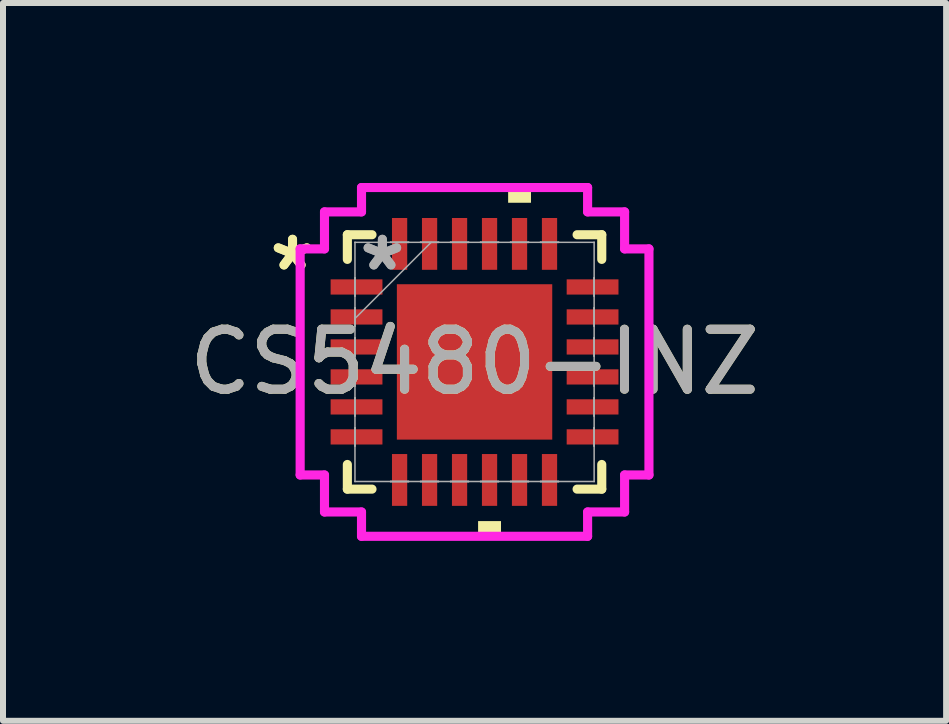
<source format=kicad_pcb>
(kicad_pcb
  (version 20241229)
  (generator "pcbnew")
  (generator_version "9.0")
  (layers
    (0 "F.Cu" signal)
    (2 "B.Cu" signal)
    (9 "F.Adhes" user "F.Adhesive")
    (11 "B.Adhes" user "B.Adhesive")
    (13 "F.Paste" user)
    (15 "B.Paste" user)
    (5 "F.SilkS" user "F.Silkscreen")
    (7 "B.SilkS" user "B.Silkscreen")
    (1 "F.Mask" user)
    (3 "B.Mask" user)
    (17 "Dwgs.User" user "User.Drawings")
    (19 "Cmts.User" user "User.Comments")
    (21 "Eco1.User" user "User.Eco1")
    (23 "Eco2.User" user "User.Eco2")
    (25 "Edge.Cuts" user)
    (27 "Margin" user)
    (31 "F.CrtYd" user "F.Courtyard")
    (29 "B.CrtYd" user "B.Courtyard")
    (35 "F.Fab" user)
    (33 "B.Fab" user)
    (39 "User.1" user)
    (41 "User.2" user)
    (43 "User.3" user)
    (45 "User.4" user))
  (footprint "CS5480-INZ"
    (layer "F.Cu")
    (at 4.863 2.985)
    (property "Reference" "CS5480-INZ" (at 0 0 0) (unlocked yes) (layer "F.SilkS") (effects (font (size 1 1) (thickness 0.15))))
    (attr smd)
    (fp_line (start -2.121 -2.121) (end -2.121 -1.71) (stroke (width 0.152) (type solid)) (layer "F.SilkS"))
    (fp_line (start -2.121 1.71) (end -2.121 2.121) (stroke (width 0.152) (type solid)) (layer "F.SilkS"))
    (fp_line (start -2.121 2.121) (end -1.71 2.121) (stroke (width 0.152) (type solid)) (layer "F.SilkS"))
    (fp_line (start -1.71 -2.121) (end -2.121 -2.121) (stroke (width 0.152) (type solid)) (layer "F.SilkS"))
    (fp_line (start 1.71 2.121) (end 2.121 2.121) (stroke (width 0.152) (type solid)) (layer "F.SilkS"))
    (fp_line (start 2.121 -2.121) (end 1.71 -2.121) (stroke (width 0.152) (type solid)) (layer "F.SilkS"))
    (fp_line (start 2.121 -1.71) (end 2.121 -2.121) (stroke (width 0.152) (type solid)) (layer "F.SilkS"))
    (fp_line (start 2.121 2.121) (end 2.121 1.71) (stroke (width 0.152) (type solid)) (layer "F.SilkS"))
    (fp_poly (pts (xy 0.059 2.654) (xy 0.059 2.908) (xy 0.441 2.908) (xy 0.441 2.654)) (stroke (width 0) (type solid)) (fill yes) (layer "F.SilkS"))
    (fp_poly (pts (xy 0.56 -2.654) (xy 0.56 -2.908) (xy 0.941 -2.908) (xy 0.941 -2.654)) (stroke (width 0) (type solid)) (fill yes) (layer "F.SilkS"))
    (fp_poly (pts (xy -1.195 -1.195) (xy -1.195 -0.1) (xy -0.1 -0.1) (xy -0.1 -1.195)) (stroke (width 0) (type solid)) (fill yes) (layer "F.Paste"))
    (fp_poly (pts (xy -1.195 0.1) (xy -1.195 1.195) (xy -0.1 1.195) (xy -0.1 0.1)) (stroke (width 0) (type solid)) (fill yes) (layer "F.Paste"))
    (fp_poly (pts (xy 0.1 -1.195) (xy 0.1 -0.1) (xy 1.195 -0.1) (xy 1.195 -1.195)) (stroke (width 0) (type solid)) (fill yes) (layer "F.Paste"))
    (fp_poly (pts (xy 0.1 0.1) (xy 0.1 1.195) (xy 1.195 1.195) (xy 1.195 0.1)) (stroke (width 0) (type solid)) (fill yes) (layer "F.Paste"))
    (fp_line (start -2.908 -1.885) (end -2.502 -1.885) (stroke (width 0.152) (type solid)) (layer "F.CrtYd"))
    (fp_line (start -2.908 1.885) (end -2.908 -1.885) (stroke (width 0.152) (type solid)) (layer "F.CrtYd"))
    (fp_line (start -2.502 -2.502) (end -1.885 -2.502) (stroke (width 0.152) (type solid)) (layer "F.CrtYd"))
    (fp_line (start -2.502 -1.885) (end -2.502 -2.502) (stroke (width 0.152) (type solid)) (layer "F.CrtYd"))
    (fp_line (start -2.502 1.885) (end -2.908 1.885) (stroke (width 0.152) (type solid)) (layer "F.CrtYd"))
    (fp_line (start -2.502 2.502) (end -2.502 1.885) (stroke (width 0.152) (type solid)) (layer "F.CrtYd"))
    (fp_line (start -1.885 -2.908) (end 1.885 -2.908) (stroke (width 0.152) (type solid)) (layer "F.CrtYd"))
    (fp_line (start -1.885 -2.502) (end -1.885 -2.908) (stroke (width 0.152) (type solid)) (layer "F.CrtYd"))
    (fp_line (start -1.885 2.502) (end -2.502 2.502) (stroke (width 0.152) (type solid)) (layer "F.CrtYd"))
    (fp_line (start -1.885 2.908) (end -1.885 2.502) (stroke (width 0.152) (type solid)) (layer "F.CrtYd"))
    (fp_line (start 1.885 -2.908) (end 1.885 -2.502) (stroke (width 0.152) (type solid)) (layer "F.CrtYd"))
    (fp_line (start 1.885 -2.502) (end 2.502 -2.502) (stroke (width 0.152) (type solid)) (layer "F.CrtYd"))
    (fp_line (start 1.885 2.502) (end 1.885 2.908) (stroke (width 0.152) (type solid)) (layer "F.CrtYd"))
    (fp_line (start 1.885 2.908) (end -1.885 2.908) (stroke (width 0.152) (type solid)) (layer "F.CrtYd"))
    (fp_line (start 2.502 -2.502) (end 2.502 -1.885) (stroke (width 0.152) (type solid)) (layer "F.CrtYd"))
    (fp_line (start 2.502 -1.885) (end 2.908 -1.885) (stroke (width 0.152) (type solid)) (layer "F.CrtYd"))
    (fp_line (start 2.502 1.885) (end 2.502 2.502) (stroke (width 0.152) (type solid)) (layer "F.CrtYd"))
    (fp_line (start 2.502 2.502) (end 1.885 2.502) (stroke (width 0.152) (type solid)) (layer "F.CrtYd"))
    (fp_line (start 2.908 -1.885) (end 2.908 1.885) (stroke (width 0.152) (type solid)) (layer "F.CrtYd"))
    (fp_line (start 2.908 1.885) (end 2.502 1.885) (stroke (width 0.152) (type solid)) (layer "F.CrtYd"))
    (fp_line (start -1.994 -1.994) (end -1.994 -1.994) (stroke (width 0.025) (type solid)) (layer "F.Fab"))
    (fp_line (start -1.994 -1.994) (end -1.994 1.994) (stroke (width 0.025) (type solid)) (layer "F.Fab"))
    (fp_line (start -1.994 -1.402) (end -1.994 -1.402) (stroke (width 0.025) (type solid)) (layer "F.Fab"))
    (fp_line (start -1.994 -1.402) (end -1.994 -1.098) (stroke (width 0.025) (type solid)) (layer "F.Fab"))
    (fp_line (start -1.994 -1.098) (end -1.994 -1.402) (stroke (width 0.025) (type solid)) (layer "F.Fab"))
    (fp_line (start -1.994 -1.098) (end -1.994 -1.098) (stroke (width 0.025) (type solid)) (layer "F.Fab"))
    (fp_line (start -1.994 -0.902) (end -1.994 -0.902) (stroke (width 0.025) (type solid)) (layer "F.Fab"))
    (fp_line (start -1.994 -0.902) (end -1.994 -0.598) (stroke (width 0.025) (type solid)) (layer "F.Fab"))
    (fp_line (start -1.994 -0.724) (end -0.724 -1.994) (stroke (width 0.025) (type solid)) (layer "F.Fab"))
    (fp_line (start -1.994 -0.598) (end -1.994 -0.902) (stroke (width 0.025) (type solid)) (layer "F.Fab"))
    (fp_line (start -1.994 -0.598) (end -1.994 -0.598) (stroke (width 0.025) (type solid)) (layer "F.Fab"))
    (fp_line (start -1.994 -0.402) (end -1.994 -0.402) (stroke (width 0.025) (type solid)) (layer "F.Fab"))
    (fp_line (start -1.994 -0.402) (end -1.994 -0.098) (stroke (width 0.025) (type solid)) (layer "F.Fab"))
    (fp_line (start -1.994 -0.098) (end -1.994 -0.402) (stroke (width 0.025) (type solid)) (layer "F.Fab"))
    (fp_line (start -1.994 -0.098) (end -1.994 -0.098) (stroke (width 0.025) (type solid)) (layer "F.Fab"))
    (fp_line (start -1.994 0.098) (end -1.994 0.098) (stroke (width 0.025) (type solid)) (layer "F.Fab"))
    (fp_line (start -1.994 0.098) (end -1.994 0.402) (stroke (width 0.025) (type solid)) (layer "F.Fab"))
    (fp_line (start -1.994 0.402) (end -1.994 0.098) (stroke (width 0.025) (type solid)) (layer "F.Fab"))
    (fp_line (start -1.994 0.402) (end -1.994 0.402) (stroke (width 0.025) (type solid)) (layer "F.Fab"))
    (fp_line (start -1.994 0.598) (end -1.994 0.598) (stroke (width 0.025) (type solid)) (layer "F.Fab"))
    (fp_line (start -1.994 0.598) (end -1.994 0.902) (stroke (width 0.025) (type solid)) (layer "F.Fab"))
    (fp_line (start -1.994 0.902) (end -1.994 0.598) (stroke (width 0.025) (type solid)) (layer "F.Fab"))
    (fp_line (start -1.994 0.902) (end -1.994 0.902) (stroke (width 0.025) (type solid)) (layer "F.Fab"))
    (fp_line (start -1.994 1.098) (end -1.994 1.098) (stroke (width 0.025) (type solid)) (layer "F.Fab"))
    (fp_line (start -1.994 1.098) (end -1.994 1.402) (stroke (width 0.025) (type solid)) (layer "F.Fab"))
    (fp_line (start -1.994 1.402) (end -1.994 1.098) (stroke (width 0.025) (type solid)) (layer "F.Fab"))
    (fp_line (start -1.994 1.402) (end -1.994 1.402) (stroke (width 0.025) (type solid)) (layer "F.Fab"))
    (fp_line (start -1.994 1.994) (end -1.994 1.994) (stroke (width 0.025) (type solid)) (layer "F.Fab"))
    (fp_line (start -1.994 1.994) (end 1.994 1.994) (stroke (width 0.025) (type solid)) (layer "F.Fab"))
    (fp_line (start -1.402 -1.994) (end -1.402 -1.994) (stroke (width 0.025) (type solid)) (layer "F.Fab"))
    (fp_line (start -1.402 -1.994) (end -1.098 -1.994) (stroke (width 0.025) (type solid)) (layer "F.Fab"))
    (fp_line (start -1.402 1.994) (end -1.402 1.994) (stroke (width 0.025) (type solid)) (layer "F.Fab"))
    (fp_line (start -1.402 1.994) (end -1.098 1.994) (stroke (width 0.025) (type solid)) (layer "F.Fab"))
    (fp_line (start -1.098 -1.994) (end -1.402 -1.994) (stroke (width 0.025) (type solid)) (layer "F.Fab"))
    (fp_line (start -1.098 -1.994) (end -1.098 -1.994) (stroke (width 0.025) (type solid)) (layer "F.Fab"))
    (fp_line (start -1.098 1.994) (end -1.402 1.994) (stroke (width 0.025) (type solid)) (layer "F.Fab"))
    (fp_line (start -1.098 1.994) (end -1.098 1.994) (stroke (width 0.025) (type solid)) (layer "F.Fab"))
    (fp_line (start -0.902 -1.994) (end -0.902 -1.994) (stroke (width 0.025) (type solid)) (layer "F.Fab"))
    (fp_line (start -0.902 -1.994) (end -0.598 -1.994) (stroke (width 0.025) (type solid)) (layer "F.Fab"))
    (fp_line (start -0.902 1.994) (end -0.902 1.994) (stroke (width 0.025) (type solid)) (layer "F.Fab"))
    (fp_line (start -0.902 1.994) (end -0.598 1.994) (stroke (width 0.025) (type solid)) (layer "F.Fab"))
    (fp_line (start -0.598 -1.994) (end -0.902 -1.994) (stroke (width 0.025) (type solid)) (layer "F.Fab"))
    (fp_line (start -0.598 -1.994) (end -0.598 -1.994) (stroke (width 0.025) (type solid)) (layer "F.Fab"))
    (fp_line (start -0.598 1.994) (end -0.902 1.994) (stroke (width 0.025) (type solid)) (layer "F.Fab"))
    (fp_line (start -0.598 1.994) (end -0.598 1.994) (stroke (width 0.025) (type solid)) (layer "F.Fab"))
    (fp_line (start -0.402 -1.994) (end -0.402 -1.994) (stroke (width 0.025) (type solid)) (layer "F.Fab"))
    (fp_line (start -0.402 -1.994) (end -0.098 -1.994) (stroke (width 0.025) (type solid)) (layer "F.Fab"))
    (fp_line (start -0.402 1.994) (end -0.402 1.994) (stroke (width 0.025) (type solid)) (layer "F.Fab"))
    (fp_line (start -0.402 1.994) (end -0.098 1.994) (stroke (width 0.025) (type solid)) (layer "F.Fab"))
    (fp_line (start -0.098 -1.994) (end -0.402 -1.994) (stroke (width 0.025) (type solid)) (layer "F.Fab"))
    (fp_line (start -0.098 -1.994) (end -0.098 -1.994) (stroke (width 0.025) (type solid)) (layer "F.Fab"))
    (fp_line (start -0.098 1.994) (end -0.402 1.994) (stroke (width 0.025) (type solid)) (layer "F.Fab"))
    (fp_line (start -0.098 1.994) (end -0.098 1.994) (stroke (width 0.025) (type solid)) (layer "F.Fab"))
    (fp_line (start 0.098 -1.994) (end 0.098 -1.994) (stroke (width 0.025) (type solid)) (layer "F.Fab"))
    (fp_line (start 0.098 -1.994) (end 0.402 -1.994) (stroke (width 0.025) (type solid)) (layer "F.Fab"))
    (fp_line (start 0.098 1.994) (end 0.098 1.994) (stroke (width 0.025) (type solid)) (layer "F.Fab"))
    (fp_line (start 0.098 1.994) (end 0.402 1.994) (stroke (width 0.025) (type solid)) (layer "F.Fab"))
    (fp_line (start 0.402 -1.994) (end 0.098 -1.994) (stroke (width 0.025) (type solid)) (layer "F.Fab"))
    (fp_line (start 0.402 -1.994) (end 0.402 -1.994) (stroke (width 0.025) (type solid)) (layer "F.Fab"))
    (fp_line (start 0.402 1.994) (end 0.098 1.994) (stroke (width 0.025) (type solid)) (layer "F.Fab"))
    (fp_line (start 0.402 1.994) (end 0.402 1.994) (stroke (width 0.025) (type solid)) (layer "F.Fab"))
    (fp_line (start 0.598 -1.994) (end 0.598 -1.994) (stroke (width 0.025) (type solid)) (layer "F.Fab"))
    (fp_line (start 0.598 -1.994) (end 0.902 -1.994) (stroke (width 0.025) (type solid)) (layer "F.Fab"))
    (fp_line (start 0.598 1.994) (end 0.598 1.994) (stroke (width 0.025) (type solid)) (layer "F.Fab"))
    (fp_line (start 0.598 1.994) (end 0.902 1.994) (stroke (width 0.025) (type solid)) (layer "F.Fab"))
    (fp_line (start 0.902 -1.994) (end 0.598 -1.994) (stroke (width 0.025) (type solid)) (layer "F.Fab"))
    (fp_line (start 0.902 -1.994) (end 0.902 -1.994) (stroke (width 0.025) (type solid)) (layer "F.Fab"))
    (fp_line (start 0.902 1.994) (end 0.598 1.994) (stroke (width 0.025) (type solid)) (layer "F.Fab"))
    (fp_line (start 0.902 1.994) (end 0.902 1.994) (stroke (width 0.025) (type solid)) (layer "F.Fab"))
    (fp_line (start 1.098 -1.994) (end 1.098 -1.994) (stroke (width 0.025) (type solid)) (layer "F.Fab"))
    (fp_line (start 1.098 -1.994) (end 1.402 -1.994) (stroke (width 0.025) (type solid)) (layer "F.Fab"))
    (fp_line (start 1.098 1.994) (end 1.098 1.994) (stroke (width 0.025) (type solid)) (layer "F.Fab"))
    (fp_line (start 1.098 1.994) (end 1.402 1.994) (stroke (width 0.025) (type solid)) (layer "F.Fab"))
    (fp_line (start 1.402 -1.994) (end 1.098 -1.994) (stroke (width 0.025) (type solid)) (layer "F.Fab"))
    (fp_line (start 1.402 -1.994) (end 1.402 -1.994) (stroke (width 0.025) (type solid)) (layer "F.Fab"))
    (fp_line (start 1.402 1.994) (end 1.098 1.994) (stroke (width 0.025) (type solid)) (layer "F.Fab"))
    (fp_line (start 1.402 1.994) (end 1.402 1.994) (stroke (width 0.025) (type solid)) (layer "F.Fab"))
    (fp_line (start 1.994 -1.994) (end -1.994 -1.994) (stroke (width 0.025) (type solid)) (layer "F.Fab"))
    (fp_line (start 1.994 -1.994) (end 1.994 -1.994) (stroke (width 0.025) (type solid)) (layer "F.Fab"))
    (fp_line (start 1.994 -1.402) (end 1.994 -1.402) (stroke (width 0.025) (type solid)) (layer "F.Fab"))
    (fp_line (start 1.994 -1.402) (end 1.994 -1.098) (stroke (width 0.025) (type solid)) (layer "F.Fab"))
    (fp_line (start 1.994 -1.098) (end 1.994 -1.402) (stroke (width 0.025) (type solid)) (layer "F.Fab"))
    (fp_line (start 1.994 -1.098) (end 1.994 -1.098) (stroke (width 0.025) (type solid)) (layer "F.Fab"))
    (fp_line (start 1.994 -0.902) (end 1.994 -0.902) (stroke (width 0.025) (type solid)) (layer "F.Fab"))
    (fp_line (start 1.994 -0.902) (end 1.994 -0.598) (stroke (width 0.025) (type solid)) (layer "F.Fab"))
    (fp_line (start 1.994 -0.598) (end 1.994 -0.902) (stroke (width 0.025) (type solid)) (layer "F.Fab"))
    (fp_line (start 1.994 -0.598) (end 1.994 -0.598) (stroke (width 0.025) (type solid)) (layer "F.Fab"))
    (fp_line (start 1.994 -0.402) (end 1.994 -0.402) (stroke (width 0.025) (type solid)) (layer "F.Fab"))
    (fp_line (start 1.994 -0.402) (end 1.994 -0.098) (stroke (width 0.025) (type solid)) (layer "F.Fab"))
    (fp_line (start 1.994 -0.098) (end 1.994 -0.402) (stroke (width 0.025) (type solid)) (layer "F.Fab"))
    (fp_line (start 1.994 -0.098) (end 1.994 -0.098) (stroke (width 0.025) (type solid)) (layer "F.Fab"))
    (fp_line (start 1.994 0.098) (end 1.994 0.098) (stroke (width 0.025) (type solid)) (layer "F.Fab"))
    (fp_line (start 1.994 0.098) (end 1.994 0.402) (stroke (width 0.025) (type solid)) (layer "F.Fab"))
    (fp_line (start 1.994 0.402) (end 1.994 0.098) (stroke (width 0.025) (type solid)) (layer "F.Fab"))
    (fp_line (start 1.994 0.402) (end 1.994 0.402) (stroke (width 0.025) (type solid)) (layer "F.Fab"))
    (fp_line (start 1.994 0.598) (end 1.994 0.598) (stroke (width 0.025) (type solid)) (layer "F.Fab"))
    (fp_line (start 1.994 0.598) (end 1.994 0.902) (stroke (width 0.025) (type solid)) (layer "F.Fab"))
    (fp_line (start 1.994 0.902) (end 1.994 0.598) (stroke (width 0.025) (type solid)) (layer "F.Fab"))
    (fp_line (start 1.994 0.902) (end 1.994 0.902) (stroke (width 0.025) (type solid)) (layer "F.Fab"))
    (fp_line (start 1.994 1.098) (end 1.994 1.098) (stroke (width 0.025) (type solid)) (layer "F.Fab"))
    (fp_line (start 1.994 1.098) (end 1.994 1.402) (stroke (width 0.025) (type solid)) (layer "F.Fab"))
    (fp_line (start 1.994 1.402) (end 1.994 1.098) (stroke (width 0.025) (type solid)) (layer "F.Fab"))
    (fp_line (start 1.994 1.402) (end 1.994 1.402) (stroke (width 0.025) (type solid)) (layer "F.Fab"))
    (fp_line (start 1.994 1.994) (end 1.994 -1.994) (stroke (width 0.025) (type solid)) (layer "F.Fab"))
    (fp_line (start 1.994 1.994) (end 1.994 1.994) (stroke (width 0.025) (type solid)) (layer "F.Fab"))
    (fp_text user "*" (at -3.035 -1.5 0) (unlocked yes) (layer "F.SilkS") (effects (font (size 1 1) (thickness 0.15))))
    (fp_text user "*" (at -3.035 -1.5 0) (layer "F.SilkS") (effects (font (size 1 1) (thickness 0.15))))
    (fp_text user "*" (at -1.537 -1.5 0) (layer "F.Fab") (effects (font (size 1 1) (thickness 0.15))))
    (fp_text user "*" (at -1.537 -1.5 0) (unlocked yes) (layer "F.Fab") (effects (font (size 1 1) (thickness 0.15))))
    (fp_text user "${REFERENCE}" (at 0 0 0) (unlocked yes) (layer "F.Fab") (effects (font (size 1 1) (thickness 0.15))))
    (pad "1" smd rect (at -1.968 -1.25 90) (size 0.254 0.864) (layers "F.Cu" "F.Mask" "F.Paste"))
    (pad "2" smd rect (at -1.968 -0.75 90) (size 0.254 0.864) (layers "F.Cu" "F.Mask" "F.Paste"))
    (pad "3" smd rect (at -1.968 -0.25 90) (size 0.254 0.864) (layers "F.Cu" "F.Mask" "F.Paste"))
    (pad "4" smd rect (at -1.968 0.25 90) (size 0.254 0.864) (layers "F.Cu" "F.Mask" "F.Paste"))
    (pad "5" smd rect (at -1.968 0.75 90) (size 0.254 0.864) (layers "F.Cu" "F.Mask" "F.Paste"))
    (pad "6" smd rect (at -1.968 1.25 90) (size 0.254 0.864) (layers "F.Cu" "F.Mask" "F.Paste"))
    (pad "7" smd rect (at -1.25 1.968) (size 0.254 0.864) (layers "F.Cu" "F.Mask" "F.Paste"))
    (pad "8" smd rect (at -0.75 1.968) (size 0.254 0.864) (layers "F.Cu" "F.Mask" "F.Paste"))
    (pad "9" smd rect (at -0.25 1.968) (size 0.254 0.864) (layers "F.Cu" "F.Mask" "F.Paste"))
    (pad "10" smd rect (at 0.25 1.968) (size 0.254 0.864) (layers "F.Cu" "F.Mask" "F.Paste"))
    (pad "11" smd rect (at 0.75 1.968) (size 0.254 0.864) (layers "F.Cu" "F.Mask" "F.Paste"))
    (pad "12" smd rect (at 1.25 1.968) (size 0.254 0.864) (layers "F.Cu" "F.Mask" "F.Paste"))
    (pad "13" smd rect (at 1.968 1.25 90) (size 0.254 0.864) (layers "F.Cu" "F.Mask" "F.Paste"))
    (pad "14" smd rect (at 1.968 0.75 90) (size 0.254 0.864) (layers "F.Cu" "F.Mask" "F.Paste"))
    (pad "15" smd rect (at 1.968 0.25 90) (size 0.254 0.864) (layers "F.Cu" "F.Mask" "F.Paste"))
    (pad "16" smd rect (at 1.968 -0.25 90) (size 0.254 0.864) (layers "F.Cu" "F.Mask" "F.Paste"))
    (pad "17" smd rect (at 1.968 -0.75 90) (size 0.254 0.864) (layers "F.Cu" "F.Mask" "F.Paste"))
    (pad "18" smd rect (at 1.968 -1.25 90) (size 0.254 0.864) (layers "F.Cu" "F.Mask" "F.Paste"))
    (pad "19" smd rect (at 1.25 -1.968) (size 0.254 0.864) (layers "F.Cu" "F.Mask" "F.Paste"))
    (pad "20" smd rect (at 0.75 -1.968) (size 0.254 0.864) (layers "F.Cu" "F.Mask" "F.Paste"))
    (pad "21" smd rect (at 0.25 -1.968) (size 0.254 0.864) (layers "F.Cu" "F.Mask" "F.Paste"))
    (pad "22" smd rect (at -0.25 -1.968) (size 0.254 0.864) (layers "F.Cu" "F.Mask" "F.Paste"))
    (pad "23" smd rect (at -0.75 -1.968) (size 0.254 0.864) (layers "F.Cu" "F.Mask" "F.Paste"))
    (pad "24" smd rect (at -1.25 -1.968) (size 0.254 0.864) (layers "F.Cu" "F.Mask" "F.Paste"))
    (pad "25" smd rect (at 0 0) (size 2.591 2.591) (layers "F.Cu" "F.Mask" "F.Paste")))
  (gr_rect
    (start -3 -3)
    (end 12.726 8.969)
    (stroke (width 0.1) (type default))
    (fill no)
    (layer "Edge.Cuts")))
</source>
